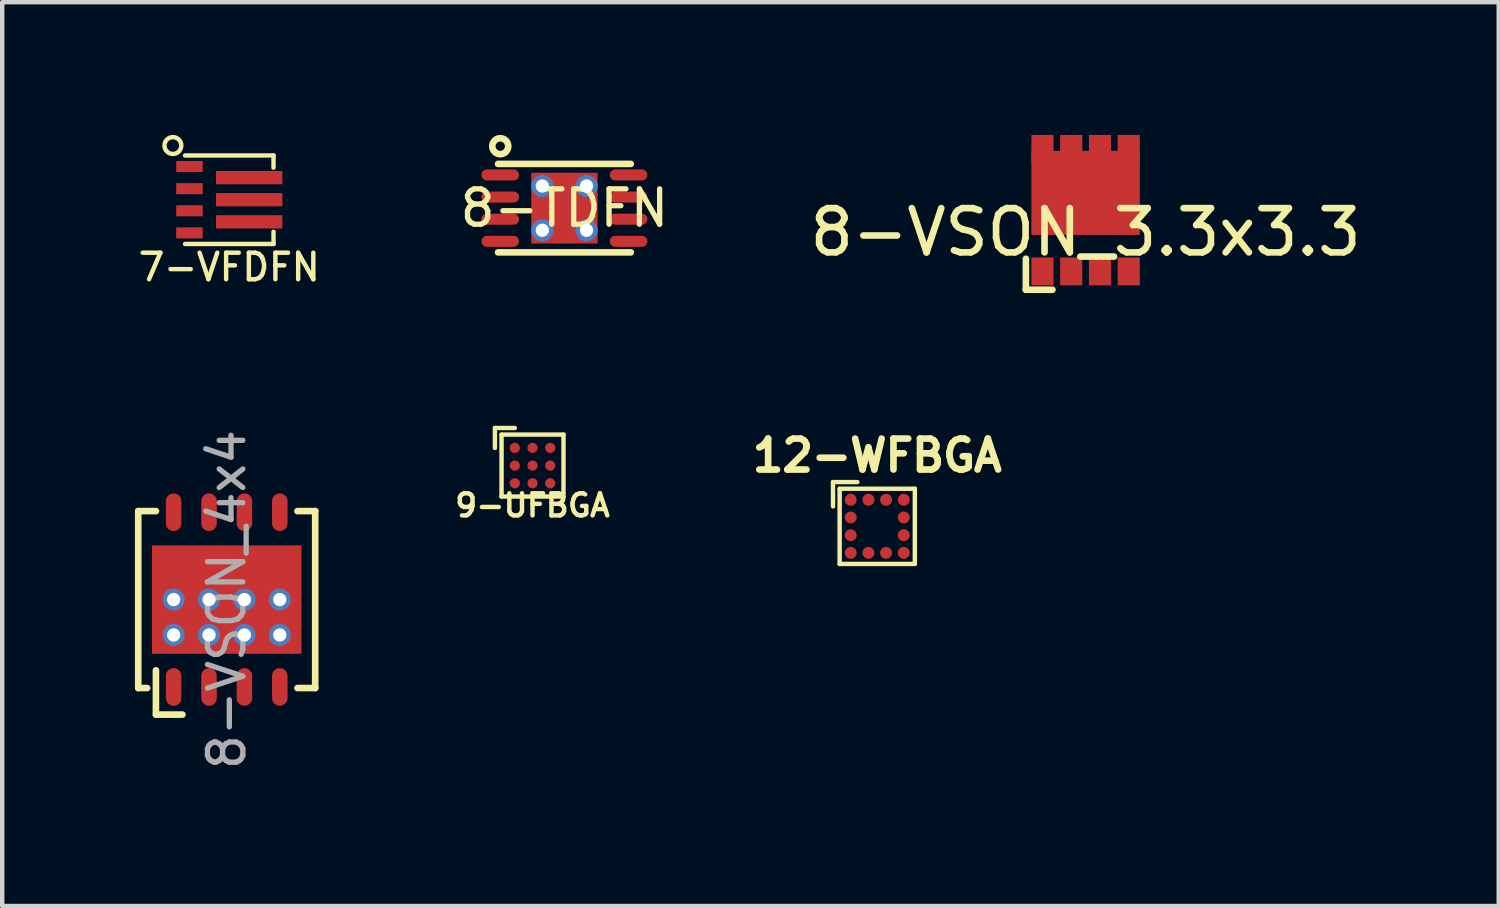
<source format=kicad_pcb>
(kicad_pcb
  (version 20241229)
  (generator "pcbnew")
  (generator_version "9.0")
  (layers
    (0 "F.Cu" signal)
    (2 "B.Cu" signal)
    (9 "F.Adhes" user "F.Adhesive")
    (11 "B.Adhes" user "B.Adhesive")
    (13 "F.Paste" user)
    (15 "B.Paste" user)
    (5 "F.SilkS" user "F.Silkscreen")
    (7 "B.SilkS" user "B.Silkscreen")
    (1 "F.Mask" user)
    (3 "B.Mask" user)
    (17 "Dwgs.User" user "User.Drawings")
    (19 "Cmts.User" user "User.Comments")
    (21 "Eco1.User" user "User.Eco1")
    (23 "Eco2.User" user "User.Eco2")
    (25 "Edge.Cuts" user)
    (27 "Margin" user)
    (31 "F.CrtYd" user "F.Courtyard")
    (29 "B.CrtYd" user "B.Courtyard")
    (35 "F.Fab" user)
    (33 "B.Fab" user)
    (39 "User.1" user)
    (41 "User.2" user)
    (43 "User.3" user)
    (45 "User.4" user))
  (footprint "8-VSON_3.3x3.3"
    (layer "F.Cu")
    (at 21.491 1.7)
    (property "Reference" "8-VSON_3.3x3.3" (at 0 0.5 0) (layer "F.SilkS") (effects (font (size 1 1) (thickness 0.15))))
    (attr through_hole)
    (fp_line (start -1.35 1.8) (end -1.35 1.1) (stroke (width 0.15) (type solid)) (layer "F.SilkS"))
    (fp_line (start -0.75 1.8) (end -1.35 1.8) (stroke (width 0.15) (type solid)) (layer "F.SilkS"))
    (pad "1" smd rect (at -0.975 1.385) (size 0.5 0.63) (layers "F.Cu" "F.Mask" "F.Paste"))
    (pad "2" smd rect (at -0.325 1.385) (size 0.5 0.63) (layers "F.Cu" "F.Mask" "F.Paste"))
    (pad "3" smd rect (at 0.325 1.385) (size 0.5 0.63) (layers "F.Cu" "F.Mask" "F.Paste"))
    (pad "4" smd rect (at 0.975 1.385) (size 0.5 0.63) (layers "F.Cu" "F.Mask" "F.Paste"))
    (pad "5" smd rect (at 0.975 -1.385) (size 0.5 0.63) (layers "F.Cu" "F.Mask" "F.Paste"))
    (pad "6" smd rect (at 0.325 -1.385) (size 0.5 0.63) (layers "F.Cu" "F.Mask" "F.Paste"))
    (pad "7" smd rect (at -0.325 -1.385) (size 0.5 0.63) (layers "F.Cu" "F.Mask" "F.Paste"))
    (pad "8" smd rect (at -0.975 -1.385) (size 0.5 0.63) (layers "F.Cu" "F.Mask" "F.Paste"))
    (pad "9" smd rect (at 0 -0.39) (size 2.45 1.9) (layers "F.Cu" "F.Mask" "F.Paste")))
  (footprint "12-WFBGA"
    (layer "F.Cu")
    (at 16.781 8.848)
    (property "Reference" "12-WFBGA" (at 0 -1.6 0) (layer "F.SilkS") (effects (font (size 0.7 0.7) (thickness 0.15))))
    (attr through_hole)
    (fp_line (start -1 -1) (end -0.45 -1) (stroke (width 0.1) (type solid)) (layer "F.SilkS"))
    (fp_line (start -1 -0.45) (end -1 -1) (stroke (width 0.1) (type solid)) (layer "F.SilkS"))
    (fp_line (start -0.85 -0.85) (end 0.85 -0.85) (stroke (width 0.1) (type solid)) (layer "F.SilkS"))
    (fp_line (start -0.85 0.85) (end -0.85 -0.85) (stroke (width 0.1) (type solid)) (layer "F.SilkS"))
    (fp_line (start 0.85 -0.85) (end 0.85 0.85) (stroke (width 0.1) (type solid)) (layer "F.SilkS"))
    (fp_line (start 0.85 0.85) (end -0.85 0.85) (stroke (width 0.1) (type solid)) (layer "F.SilkS"))
    (pad "1" smd circle (at -0.6 -0.6) (size 0.27 0.27) (layers "F.Cu" "F.Mask" "F.Paste"))
    (pad "2" smd circle (at -0.2 -0.6) (size 0.27 0.27) (layers "F.Cu" "F.Mask" "F.Paste"))
    (pad "3" smd circle (at 0.2 -0.6) (size 0.27 0.27) (layers "F.Cu" "F.Mask" "F.Paste"))
    (pad "4" smd circle (at 0.6 -0.6) (size 0.27 0.27) (layers "F.Cu" "F.Mask" "F.Paste"))
    (pad "5" smd circle (at 0.6 -0.2) (size 0.27 0.27) (layers "F.Cu" "F.Mask" "F.Paste"))
    (pad "6" smd circle (at 0.6 0.2) (size 0.27 0.27) (layers "F.Cu" "F.Mask" "F.Paste"))
    (pad "7" smd circle (at 0.6 0.6) (size 0.27 0.27) (layers "F.Cu" "F.Mask" "F.Paste"))
    (pad "8" smd circle (at 0.2 0.6) (size 0.27 0.27) (layers "F.Cu" "F.Mask" "F.Paste"))
    (pad "9" smd circle (at -0.2 0.6) (size 0.27 0.27) (layers "F.Cu" "F.Mask" "F.Paste"))
    (pad "10" smd circle (at -0.6 0.6) (size 0.27 0.27) (layers "F.Cu" "F.Mask" "F.Paste"))
    (pad "11" smd circle (at -0.6 0.2) (size 0.27 0.27) (layers "F.Cu" "F.Mask" "F.Paste"))
    (pad "12" smd circle (at -0.6 -0.2) (size 0.27 0.27) (layers "F.Cu" "F.Mask" "F.Paste")))
  (footprint "9-UFBGA"
    (layer "F.Cu")
    (at 8.988 7.475)
    (property "Reference" "9-UFBGA" (at 0 0.9 0) (layer "F.SilkS") (effects (font (size 0.5 0.5) (thickness 0.1))))
    (attr smd)
    (fp_line (start -0.85 -0.85) (end -0.85 -0.4) (stroke (width 0.1) (type solid)) (layer "F.SilkS"))
    (fp_line (start -0.7 -0.7) (end 0.7 -0.7) (stroke (width 0.1) (type solid)) (layer "F.SilkS"))
    (fp_line (start -0.7 0.7) (end -0.7 -0.7) (stroke (width 0.1) (type solid)) (layer "F.SilkS"))
    (fp_line (start -0.4 -0.85) (end -0.85 -0.85) (stroke (width 0.1) (type solid)) (layer "F.SilkS"))
    (fp_line (start 0.7 -0.7) (end 0.7 0.7) (stroke (width 0.1) (type solid)) (layer "F.SilkS"))
    (fp_line (start 0.7 0.7) (end -0.7 0.7) (stroke (width 0.1) (type solid)) (layer "F.SilkS"))
    (pad "A1" smd circle (at -0.4 -0.4) (size 0.23 0.23) (layers "F.Cu" "F.Mask" "F.Paste"))
    (pad "A2" smd circle (at -0.4 0) (size 0.23 0.23) (layers "F.Cu" "F.Mask" "F.Paste"))
    (pad "A3" smd circle (at -0.4 0.4) (size 0.23 0.23) (layers "F.Cu" "F.Mask" "F.Paste"))
    (pad "B1" smd circle (at 0 -0.4) (size 0.23 0.23) (layers "F.Cu" "F.Mask" "F.Paste"))
    (pad "B2" smd circle (at 0 0) (size 0.23 0.23) (layers "F.Cu" "F.Mask" "F.Paste"))
    (pad "B3" smd circle (at 0 0.4) (size 0.23 0.23) (layers "F.Cu" "F.Mask" "F.Paste"))
    (pad "C1" smd circle (at 0.4 -0.4) (size 0.23 0.23) (layers "F.Cu" "F.Mask" "F.Paste"))
    (pad "C2" smd circle (at 0.4 0) (size 0.23 0.23) (layers "F.Cu" "F.Mask" "F.Paste"))
    (pad "C3" smd circle (at 0.4 0.4) (size 0.23 0.23) (layers "F.Cu" "F.Mask" "F.Paste")))
  (footprint "7-VFDFN"
    (layer "F.Cu")
    (at 2.133 1.465)
    (property "Reference" "7-VFDFN" (at 0 1.525 0) (layer "F.SilkS") (effects (font (size 0.6 0.6) (thickness 0.1))))
    (attr through_hole)
    (fp_line (start -1 -1) (end 1 -1) (stroke (width 0.1) (type solid)) (layer "F.SilkS"))
    (fp_line (start 1 -1) (end 1 -0.725) (stroke (width 0.1) (type solid)) (layer "F.SilkS"))
    (fp_line (start 1 0.725) (end 1 1) (stroke (width 0.1) (type solid)) (layer "F.SilkS"))
    (fp_line (start 1 1) (end -1 1) (stroke (width 0.1) (type solid)) (layer "F.SilkS"))
    (fp_circle (center -1.275 -1.225) (end -1.1 -1.15) (stroke (width 0.1) (type solid)) (fill no) (layer "F.SilkS"))
    (pad "1" smd rect (at -0.9 -0.75) (size 0.6 0.25) (layers "F.Cu" "F.Mask" "F.Paste"))
    (pad "2" smd rect (at -0.9 -0.25) (size 0.6 0.25) (layers "F.Cu" "F.Mask" "F.Paste"))
    (pad "3" smd rect (at -0.9 0.25) (size 0.6 0.25) (layers "F.Cu" "F.Mask" "F.Paste"))
    (pad "4" smd rect (at -0.9 0.75) (size 0.6 0.25) (layers "F.Cu" "F.Mask" "F.Paste"))
    (pad "5" smd rect (at 0.45 0.5) (size 1.5 0.3) (layers "F.Cu" "F.Mask" "F.Paste"))
    (pad "6" smd rect (at 0.45 0) (size 1.5 0.3) (layers "F.Cu" "F.Mask" "F.Paste"))
    (pad "7" smd rect (at 0.45 -0.5) (size 1.5 0.3) (layers "F.Cu" "F.Mask" "F.Paste")))
  (footprint "8-TDFN"
    (layer "F.Cu")
    (at 9.709 1.655)
    (property "Reference" "8-TDFN" (at 0 0 0) (layer "F.SilkS") (effects (font (size 0.8 0.8) (thickness 0.12))))
    (attr through_hole)
    (fp_line (start -1.5 1) (end 1.5 1) (stroke (width 0.15) (type solid)) (layer "F.SilkS"))
    (fp_line (start 1.5 -1) (end -1.5 -1) (stroke (width 0.15) (type solid)) (layer "F.SilkS"))
    (fp_circle (center -1.45 -1.4) (end -1.3 -1.3) (stroke (width 0.15) (type solid)) (fill no) (layer "F.SilkS"))
    (pad "1" smd oval (at -1.45 -0.75) (size 0.85 0.25) (layers "F.Cu" "F.Mask" "F.Paste"))
    (pad "2" smd oval (at -1.45 -0.25) (size 0.85 0.25) (layers "F.Cu" "F.Mask" "F.Paste"))
    (pad "3" smd oval (at -1.45 0.25) (size 0.85 0.25) (layers "F.Cu" "F.Mask" "F.Paste"))
    (pad "4" smd oval (at -1.45 0.75) (size 0.85 0.25) (layers "F.Cu" "F.Mask" "F.Paste"))
    (pad "5" smd oval (at 1.45 0.75) (size 0.85 0.25) (layers "F.Cu" "F.Mask" "F.Paste"))
    (pad "6" smd oval (at 1.45 0.25) (size 0.85 0.25) (layers "F.Cu" "F.Mask" "F.Paste"))
    (pad "7" smd oval (at 1.45 -0.25) (size 0.85 0.25) (layers "F.Cu" "F.Mask" "F.Paste"))
    (pad "8" smd oval (at 1.45 -0.75) (size 0.85 0.25) (layers "F.Cu" "F.Mask" "F.Paste"))
    (pad "9" thru_hole circle (at -0.5 -0.5) (size 0.5 0.5) (drill 0.3) (layers "*.Cu" "F.Mask"))
    (pad "9" thru_hole circle (at -0.5 0.5) (size 0.5 0.5) (drill 0.3) (layers "*.Cu" "F.Mask"))
    (pad "9" smd rect (at 0 0) (size 1.5 1.6) (layers "F.Cu" "F.Mask" "F.Paste"))
    (pad "9" thru_hole circle (at 0.5 -0.5) (size 0.5 0.5) (drill 0.3) (layers "*.Cu" "F.Mask"))
    (pad "9" thru_hole circle (at 0.5 0.5) (size 0.5 0.5) (drill 0.3) (layers "*.Cu" "F.Mask")))
  (footprint "8-VSON_4x4"
    (layer "F.Cu")
    (at 2.075 10.504)
    (property "Reference" "8-VSON_4x4" (at 0 0 90) (layer "F.Fab") (effects (font (size 0.8 0.8) (thickness 0.12))))
    (attr smd)
    (fp_line (start -2 -2) (end -2 2) (stroke (width 0.15) (type solid)) (layer "F.SilkS"))
    (fp_line (start -2 -2) (end -1.6 -2) (stroke (width 0.15) (type solid)) (layer "F.SilkS"))
    (fp_line (start -2 2) (end -1.8 2) (stroke (width 0.15) (type solid)) (layer "F.SilkS"))
    (fp_line (start -1.6 1.6) (end -1.6 2.6) (stroke (width 0.15) (type solid)) (layer "F.SilkS"))
    (fp_line (start -1.6 2.6) (end -1 2.6) (stroke (width 0.15) (type solid)) (layer "F.SilkS"))
    (fp_line (start 2 -2) (end 1.6 -2) (stroke (width 0.15) (type solid)) (layer "F.SilkS"))
    (fp_line (start 2 -2) (end 2 2) (stroke (width 0.15) (type solid)) (layer "F.SilkS"))
    (fp_line (start 2 2) (end 1.6 2) (stroke (width 0.15) (type solid)) (layer "F.SilkS"))
    (pad "1" smd oval (at -1.2 1.975) (size 0.35 0.85) (layers "F.Cu" "F.Mask" "F.Paste"))
    (pad "2" smd oval (at -0.4 1.975) (size 0.35 0.85) (layers "F.Cu" "F.Mask" "F.Paste"))
    (pad "3" smd oval (at 0.4 1.975) (size 0.35 0.85) (layers "F.Cu" "F.Mask" "F.Paste"))
    (pad "4" smd oval (at 1.2 1.975) (size 0.35 0.85) (layers "F.Cu" "F.Mask" "F.Paste"))
    (pad "5" smd oval (at 1.2 -1.975) (size 0.35 0.85) (layers "F.Cu" "F.Mask" "F.Paste"))
    (pad "6" smd oval (at 0.4 -1.975) (size 0.35 0.85) (layers "F.Cu" "F.Mask" "F.Paste"))
    (pad "7" smd oval (at -0.4 -1.975) (size 0.35 0.85) (layers "F.Cu" "F.Mask" "F.Paste"))
    (pad "8" smd oval (at -1.2 -1.975) (size 0.35 0.85) (layers "F.Cu" "F.Mask" "F.Paste"))
    (pad "9" thru_hole circle (at -1.2 0) (size 0.5 0.5) (drill 0.3) (layers "*.Cu" "F.Mask"))
    (pad "9" thru_hole circle (at -1.2 0.8) (size 0.5 0.5) (drill 0.3) (layers "*.Cu" "F.Mask"))
    (pad "9" smd rect (at -0.9 -0.65) (size 1.5 1) (layers "F.Cu" "F.Paste"))
    (pad "9" smd rect (at -0.9 0.65) (size 1.5 1) (layers "F.Cu" "F.Paste"))
    (pad "9" thru_hole circle (at -0.4 0) (size 0.5 0.5) (drill 0.3) (layers "*.Cu" "F.Mask"))
    (pad "9" thru_hole circle (at -0.4 0.8) (size 0.5 0.5) (drill 0.3) (layers "*.Cu" "F.Mask"))
    (pad "9" smd rect (at 0 0) (size 3.38 2.45) (layers "F.Cu" "F.Mask"))
    (pad "9" thru_hole circle (at 0.4 0) (size 0.5 0.5) (drill 0.3) (layers "*.Cu" "F.Mask"))
    (pad "9" thru_hole circle (at 0.4 0.8) (size 0.5 0.5) (drill 0.3) (layers "*.Cu" "F.Mask"))
    (pad "9" smd rect (at 0.9 -0.65) (size 1.5 1) (layers "F.Cu" "F.Paste"))
    (pad "9" smd rect (at 0.9 0.65) (size 1.5 1) (layers "F.Cu" "F.Paste"))
    (pad "9" thru_hole circle (at 1.2 0) (size 0.5 0.5) (drill 0.3) (layers "*.Cu" "F.Mask"))
    (pad "9" thru_hole circle (at 1.2 0.8) (size 0.5 0.5) (drill 0.3) (layers "*.Cu" "F.Mask")))
  (gr_rect
    (start -3 -3)
    (end 30.83 17.432)
    (stroke (width 0.1) (type default))
    (fill no)
    (layer "Edge.Cuts")))
</source>
